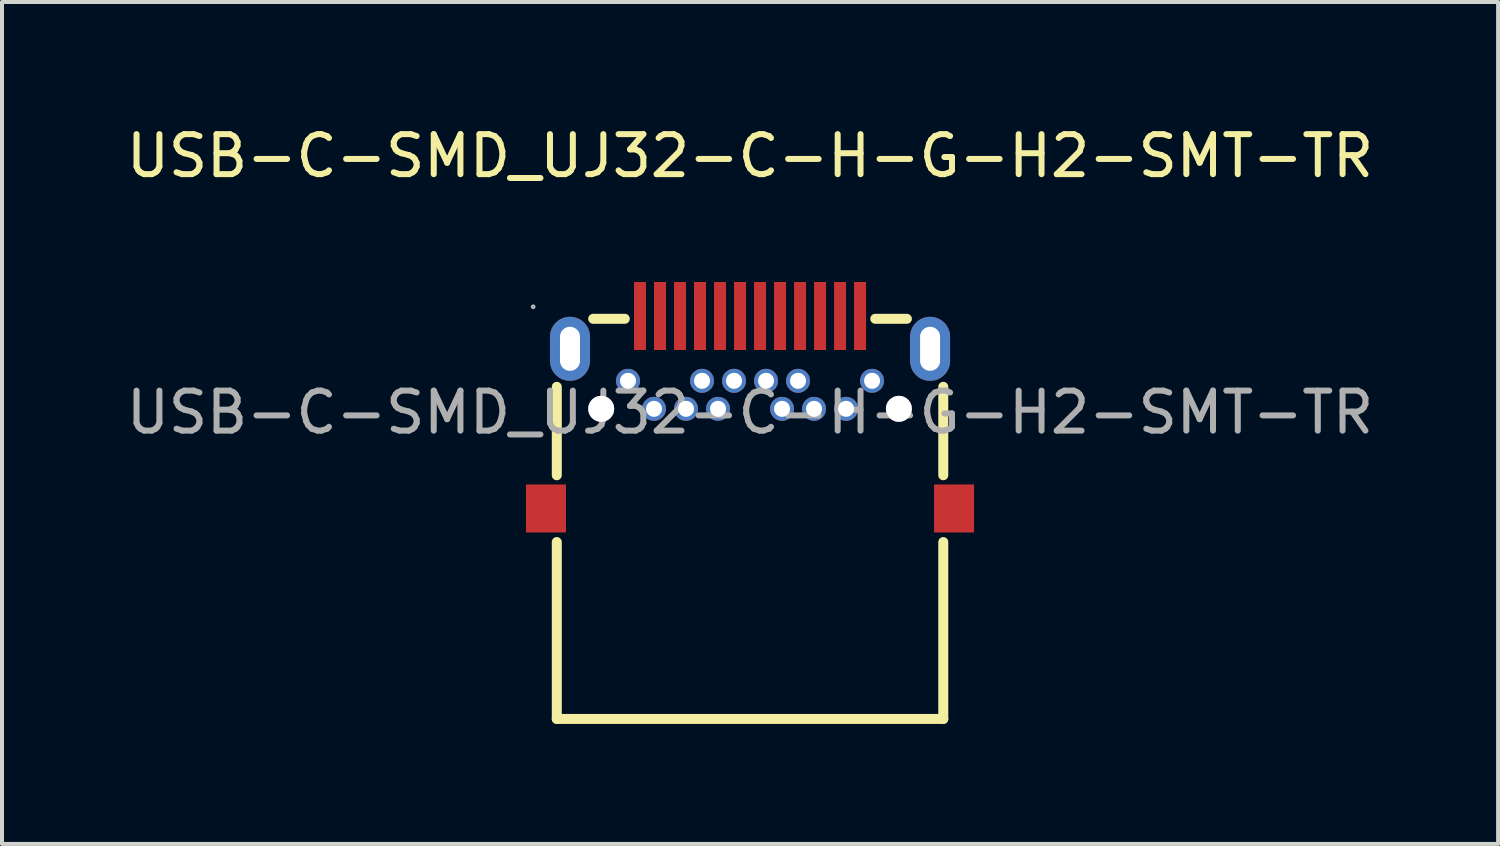
<source format=kicad_pcb>
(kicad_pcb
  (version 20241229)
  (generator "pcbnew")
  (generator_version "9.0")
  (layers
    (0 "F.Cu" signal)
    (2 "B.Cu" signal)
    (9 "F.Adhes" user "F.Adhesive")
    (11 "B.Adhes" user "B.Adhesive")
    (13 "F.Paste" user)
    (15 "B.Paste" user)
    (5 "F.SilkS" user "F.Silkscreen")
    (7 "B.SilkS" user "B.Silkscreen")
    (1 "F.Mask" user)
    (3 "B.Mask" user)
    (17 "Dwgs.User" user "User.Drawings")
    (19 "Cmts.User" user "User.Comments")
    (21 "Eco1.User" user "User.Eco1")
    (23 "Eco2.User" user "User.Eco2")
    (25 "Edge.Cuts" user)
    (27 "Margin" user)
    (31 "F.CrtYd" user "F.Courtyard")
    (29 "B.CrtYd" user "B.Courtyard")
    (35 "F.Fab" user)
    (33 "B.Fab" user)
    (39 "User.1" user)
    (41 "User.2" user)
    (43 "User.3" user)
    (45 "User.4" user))
  (footprint "USB-C-SMD_UJ32-C-H-G-H2-SMT-TR"
    (layer "F.Cu")
    (at 15.696 7.258)
    (property "Reference" "USB-C-SMD_UJ32-C-H-G-H2-SMT-TR" (at 0 -6.41 0) (layer "F.SilkS") (effects (font (size 1 1) (thickness 0.15))))
    (attr through_hole)
    (fp_line (start -4.83 -0.64) (end -4.83 1.57) (stroke (width 0.25) (type solid)) (layer "F.SilkS"))
    (fp_line (start -4.83 3.24) (end -4.83 7.66) (stroke (width 0.25) (type solid)) (layer "F.SilkS"))
    (fp_line (start -4.83 7.66) (end 4.83 7.66) (stroke (width 0.25) (type solid)) (layer "F.SilkS"))
    (fp_line (start -3.92 -2.34) (end -3.13 -2.34) (stroke (width 0.25) (type solid)) (layer "F.SilkS"))
    (fp_line (start 3.13 -2.34) (end 3.92 -2.34) (stroke (width 0.25) (type solid)) (layer "F.SilkS"))
    (fp_line (start 4.83 1.57) (end 4.83 -0.64) (stroke (width 0.25) (type solid)) (layer "F.SilkS"))
    (fp_line (start 4.83 7.66) (end 4.83 3.24) (stroke (width 0.25) (type solid)) (layer "F.SilkS"))
    (fp_circle (center -3.72 -0.09) (end -3.57 -0.09) (stroke (width 0.3) (type solid)) (fill no) (layer "Cmts.User"))
    (fp_circle (center 3.72 -0.09) (end 3.87 -0.09) (stroke (width 0.3) (type solid)) (fill no) (layer "Cmts.User"))
    (fp_circle (center -5.42 -2.64) (end -5.39 -2.64) (stroke (width 0.06) (type solid)) (fill no) (layer "F.Fab"))
    (fp_text user "${REFERENCE}" (at 0 0 0) (layer "F.Fab") (effects (font (size 1 1) (thickness 0.15))))
    (pad "" thru_hole circle (at -3.72 -0.09) (size 0.65 0.65) (drill 0.65) (layers "*.Cu" "*.Mask"))
    (pad "" thru_hole circle (at 3.72 -0.09) (size 0.65 0.65) (drill 0.65) (layers "*.Cu" "*.Mask"))
    (pad "0" smd rect (at -5.1 2.4) (size 1 1.2) (layers "F.Cu" "F.Mask" "F.Paste"))
    (pad "0" thru_hole oval (at -4.5 -1.59) (size 1 1.6) (drill oval 0.5 1.1) (layers "*.Cu" "*.Mask"))
    (pad "0" thru_hole oval (at 4.5 -1.59) (size 1 1.6) (drill oval 0.5 1.1) (layers "*.Cu" "*.Mask"))
    (pad "0" smd rect (at 5.1 2.4) (size 1 1.2) (layers "F.Cu" "F.Mask" "F.Paste"))
    (pad "A1" smd rect (at -2.75 -2.41) (size 0.3 1.7) (layers "F.Cu" "F.Mask" "F.Paste"))
    (pad "A2" smd rect (at -2.25 -2.41) (size 0.3 1.7) (layers "F.Cu" "F.Mask" "F.Paste"))
    (pad "A3" smd rect (at -1.75 -2.41) (size 0.3 1.7) (layers "F.Cu" "F.Mask" "F.Paste"))
    (pad "A4" smd rect (at -1.25 -2.41) (size 0.3 1.7) (layers "F.Cu" "F.Mask" "F.Paste"))
    (pad "A5" smd rect (at -0.75 -2.41) (size 0.3 1.7) (layers "F.Cu" "F.Mask" "F.Paste"))
    (pad "A6" smd rect (at -0.25 -2.41) (size 0.3 1.7) (layers "F.Cu" "F.Mask" "F.Paste"))
    (pad "A7" smd rect (at 0.25 -2.41) (size 0.3 1.7) (layers "F.Cu" "F.Mask" "F.Paste"))
    (pad "A8" smd rect (at 0.75 -2.41) (size 0.3 1.7) (layers "F.Cu" "F.Mask" "F.Paste"))
    (pad "A9" smd rect (at 1.25 -2.41) (size 0.3 1.7) (layers "F.Cu" "F.Mask" "F.Paste"))
    (pad "A10" smd rect (at 1.75 -2.41) (size 0.3 1.7) (layers "F.Cu" "F.Mask" "F.Paste"))
    (pad "A11" smd rect (at 2.25 -2.41) (size 0.3 1.7) (layers "F.Cu" "F.Mask" "F.Paste"))
    (pad "A12" smd rect (at 2.75 -2.41) (size 0.3 1.7) (layers "F.Cu" "F.Mask" "F.Paste"))
    (pad "B1" thru_hole circle (at 3.05 -0.79 90) (size 0.6 0.6) (drill 0.4) (layers "*.Cu" "*.Mask"))
    (pad "B2" thru_hole circle (at 2.4 -0.09 90) (size 0.6 0.6) (drill 0.4) (layers "*.Cu" "*.Mask"))
    (pad "B3" thru_hole circle (at 1.6 -0.09 90) (size 0.6 0.6) (drill 0.4) (layers "*.Cu" "*.Mask"))
    (pad "B4" thru_hole circle (at 1.2 -0.79 90) (size 0.6 0.6) (drill 0.4) (layers "*.Cu" "*.Mask"))
    (pad "B5" thru_hole circle (at 0.8 -0.09 90) (size 0.6 0.6) (drill 0.4) (layers "*.Cu" "*.Mask"))
    (pad "B6" thru_hole circle (at 0.4 -0.79 90) (size 0.6 0.6) (drill 0.4) (layers "*.Cu" "*.Mask"))
    (pad "B7" thru_hole circle (at -0.4 -0.79 90) (size 0.6 0.6) (drill 0.4) (layers "*.Cu" "*.Mask"))
    (pad "B8" thru_hole circle (at -0.8 -0.09 90) (size 0.6 0.6) (drill 0.4) (layers "*.Cu" "*.Mask"))
    (pad "B9" thru_hole circle (at -1.2 -0.79 90) (size 0.6 0.6) (drill 0.4) (layers "*.Cu" "*.Mask"))
    (pad "B10" thru_hole circle (at -1.6 -0.09 90) (size 0.6 0.6) (drill 0.4) (layers "*.Cu" "*.Mask"))
    (pad "B11" thru_hole circle (at -2.4 -0.09 90) (size 0.6 0.6) (drill 0.4) (layers "*.Cu" "*.Mask"))
    (pad "B12" thru_hole circle (at -3.05 -0.79 90) (size 0.6 0.6) (drill 0.4) (layers "*.Cu" "*.Mask")))
  (gr_rect
    (start -3 -3)
    (end 34.393 18.043)
    (stroke (width 0.1) (type default))
    (fill no)
    (layer "Edge.Cuts")))
</source>
